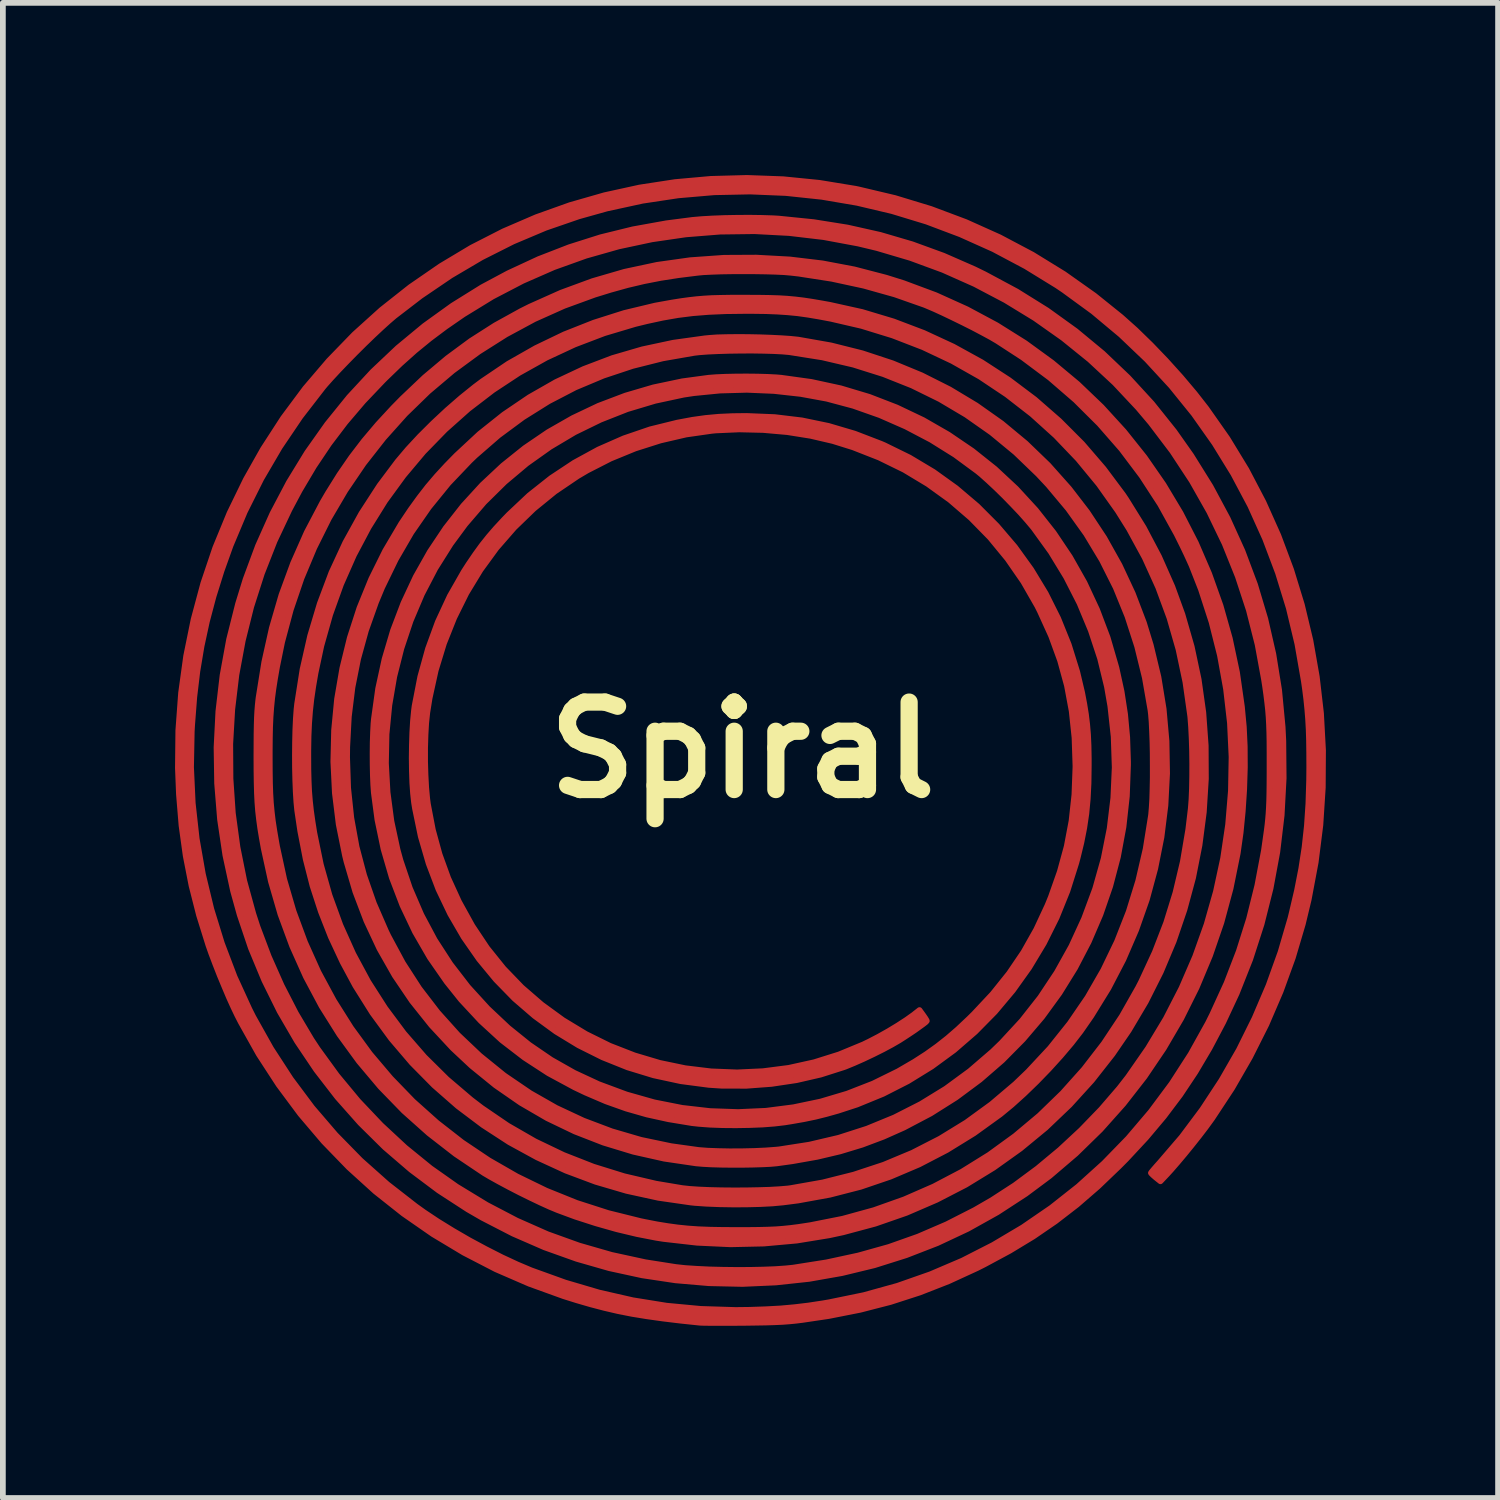
<source format=kicad_pcb>
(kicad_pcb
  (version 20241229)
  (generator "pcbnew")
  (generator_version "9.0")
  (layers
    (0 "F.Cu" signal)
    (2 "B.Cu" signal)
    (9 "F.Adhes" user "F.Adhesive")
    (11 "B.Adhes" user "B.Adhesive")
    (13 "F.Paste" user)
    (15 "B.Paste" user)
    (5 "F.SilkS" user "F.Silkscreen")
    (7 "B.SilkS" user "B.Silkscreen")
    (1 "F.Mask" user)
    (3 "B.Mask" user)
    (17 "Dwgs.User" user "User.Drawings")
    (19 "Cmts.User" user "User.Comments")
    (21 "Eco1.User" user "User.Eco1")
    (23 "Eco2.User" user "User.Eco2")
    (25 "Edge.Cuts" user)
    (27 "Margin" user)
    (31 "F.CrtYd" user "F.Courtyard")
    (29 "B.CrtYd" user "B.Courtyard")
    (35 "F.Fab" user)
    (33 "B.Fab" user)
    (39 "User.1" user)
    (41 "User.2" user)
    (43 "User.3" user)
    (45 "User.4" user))
  (footprint "Spiral"
    (layer "F.Cu")
    (at 9.888 10.018)
    (property "Reference" "Spiral" (at 0 0 0) (layer "F.SilkS") (effects (font (size 1.524 1.524) (thickness 0.3))))
    (attr through_hole)
    (fp_poly (pts (xy 10.115 0.006) (xy 10.111 0.655) (xy 10.069 1.306) (xy 9.987 1.957) (xy 9.865 2.606) (xy 9.763 3.031) (xy 9.589 3.619) (xy 9.376 4.206) (xy 9.127 4.785) (xy 8.843 5.35) (xy 8.529 5.895) (xy 8.186 6.416) (xy 8.158 6.455) (xy 8.064 6.584) (xy 7.952 6.73) (xy 7.83 6.884) (xy 7.704 7.039) (xy 7.582 7.184) (xy 7.471 7.312) (xy 7.39 7.401) (xy 7.282 7.515) (xy 7.199 7.449) (xy 7.152 7.408) (xy 7.122 7.378) (xy 7.116 7.37) (xy 7.13 7.35) (xy 7.166 7.307) (xy 7.219 7.246) (xy 7.27 7.189) (xy 7.653 6.743) (xy 8.011 6.264) (xy 8.344 5.757) (xy 8.649 5.226) (xy 8.923 4.673) (xy 9.166 4.104) (xy 9.375 3.522) (xy 9.548 2.93) (xy 9.569 2.844) (xy 9.662 2.447) (xy 9.736 2.068) (xy 9.793 1.696) (xy 9.834 1.322) (xy 9.86 0.934) (xy 9.873 0.521) (xy 9.875 0.304) (xy 9.874 0.054) (xy 9.871 -0.163) (xy 9.865 -0.357) (xy 9.855 -0.536) (xy 9.841 -0.71) (xy 9.823 -0.887) (xy 9.799 -1.077) (xy 9.78 -1.207) (xy 9.668 -1.849) (xy 9.518 -2.476) (xy 9.33 -3.087) (xy 9.106 -3.681) (xy 8.847 -4.256) (xy 8.552 -4.812) (xy 8.224 -5.345) (xy 7.863 -5.856) (xy 7.47 -6.342) (xy 7.046 -6.802) (xy 6.592 -7.235) (xy 6.108 -7.64) (xy 5.596 -8.014) (xy 5.479 -8.093) (xy 4.934 -8.428) (xy 4.373 -8.726) (xy 3.796 -8.985) (xy 3.207 -9.207) (xy 2.606 -9.39) (xy 1.997 -9.534) (xy 1.38 -9.639) (xy 0.757 -9.705) (xy 0.132 -9.731) (xy -0.495 -9.718) (xy -1.121 -9.664) (xy -1.745 -9.57) (xy -2.365 -9.435) (xy -2.854 -9.298) (xy -3.434 -9.098) (xy -3.998 -8.86) (xy -4.548 -8.583) (xy -5.084 -8.267) (xy -5.607 -7.912) (xy -6.064 -7.561) (xy -6.169 -7.471) (xy -6.296 -7.356) (xy -6.439 -7.222) (xy -6.591 -7.075) (xy -6.746 -6.921) (xy -6.898 -6.766) (xy -7.041 -6.617) (xy -7.168 -6.48) (xy -7.274 -6.361) (xy -7.309 -6.319) (xy -7.705 -5.807) (xy -8.064 -5.276) (xy -8.386 -4.725) (xy -8.672 -4.153) (xy -8.921 -3.561) (xy -9.078 -3.122) (xy -9.218 -2.674) (xy -9.333 -2.24) (xy -9.426 -1.81) (xy -9.499 -1.374) (xy -9.553 -0.921) (xy -9.59 -0.442) (xy -9.597 -0.32) (xy -9.609 0.301) (xy -9.58 0.924) (xy -9.511 1.546) (xy -9.403 2.163) (xy -9.256 2.772) (xy -9.072 3.369) (xy -8.851 3.951) (xy -8.593 4.515) (xy -8.525 4.65) (xy -8.215 5.203) (xy -7.872 5.731) (xy -7.498 6.232) (xy -7.092 6.705) (xy -6.656 7.15) (xy -6.19 7.565) (xy -5.696 7.95) (xy -5.552 8.053) (xy -5.312 8.213) (xy -5.046 8.377) (xy -4.765 8.54) (xy -4.477 8.695) (xy -4.194 8.839) (xy -3.923 8.965) (xy -3.684 9.066) (xy -3.09 9.28) (xy -2.5 9.454) (xy -1.913 9.588) (xy -1.323 9.683) (xy -0.727 9.739) (xy -0.121 9.758) (xy 0.124 9.755) (xy 0.408 9.745) (xy 0.665 9.731) (xy 0.907 9.709) (xy 1.15 9.68) (xy 1.406 9.641) (xy 1.511 9.623) (xy 2.114 9.499) (xy 2.702 9.336) (xy 3.275 9.135) (xy 3.83 8.898) (xy 4.367 8.624) (xy 4.884 8.317) (xy 5.379 7.977) (xy 5.851 7.604) (xy 6.298 7.2) (xy 6.719 6.767) (xy 7.112 6.305) (xy 7.476 5.816) (xy 7.809 5.3) (xy 8.11 4.759) (xy 8.185 4.608) (xy 8.435 4.061) (xy 8.648 3.507) (xy 8.826 2.942) (xy 8.971 2.359) (xy 9.085 1.755) (xy 9.135 1.402) (xy 9.148 1.298) (xy 9.158 1.2) (xy 9.166 1.103) (xy 9.172 1) (xy 9.177 0.884) (xy 9.18 0.75) (xy 9.182 0.59) (xy 9.183 0.398) (xy 9.183 0.273) (xy 9.183 0.05) (xy 9.182 -0.139) (xy 9.179 -0.301) (xy 9.174 -0.443) (xy 9.167 -0.573) (xy 9.157 -0.698) (xy 9.143 -0.825) (xy 9.126 -0.963) (xy 9.104 -1.119) (xy 9.087 -1.228) (xy 8.975 -1.838) (xy 8.823 -2.437) (xy 8.631 -3.023) (xy 8.401 -3.595) (xy 8.133 -4.151) (xy 7.829 -4.688) (xy 7.489 -5.205) (xy 7.114 -5.7) (xy 6.892 -5.963) (xy 6.486 -6.396) (xy 6.049 -6.802) (xy 5.584 -7.178) (xy 5.094 -7.524) (xy 4.58 -7.838) (xy 4.046 -8.119) (xy 3.494 -8.365) (xy 2.926 -8.574) (xy 2.345 -8.746) (xy 2.015 -8.825) (xy 1.414 -8.937) (xy 0.812 -9.008) (xy 0.209 -9.04) (xy -0.392 -9.032) (xy -0.989 -8.984) (xy -1.579 -8.898) (xy -2.16 -8.774) (xy -2.731 -8.612) (xy -3.289 -8.412) (xy -3.832 -8.174) (xy -4.358 -7.9) (xy -4.864 -7.59) (xy -4.883 -7.577) (xy -5.178 -7.373) (xy -5.449 -7.17) (xy -5.707 -6.959) (xy -5.962 -6.731) (xy -6.226 -6.476) (xy -6.266 -6.436) (xy -6.61 -6.074) (xy -6.92 -5.71) (xy -7.204 -5.336) (xy -7.467 -4.944) (xy -7.715 -4.526) (xy -7.895 -4.188) (xy -8.154 -3.639) (xy -8.376 -3.074) (xy -8.561 -2.496) (xy -8.708 -1.907) (xy -8.819 -1.31) (xy -8.891 -0.709) (xy -8.926 -0.105) (xy -8.922 0.499) (xy -8.881 1.1) (xy -8.8 1.695) (xy -8.682 2.281) (xy -8.524 2.856) (xy -8.451 3.08) (xy -8.256 3.598) (xy -8.032 4.103) (xy -7.783 4.587) (xy -7.513 5.042) (xy -7.405 5.206) (xy -7.067 5.671) (xy -6.698 6.116) (xy -6.3 6.536) (xy -5.879 6.927) (xy -5.438 7.286) (xy -4.98 7.609) (xy -4.975 7.612) (xy -4.459 7.926) (xy -3.935 8.2) (xy -3.399 8.437) (xy -2.849 8.635) (xy -2.282 8.798) (xy -1.693 8.926) (xy -1.165 9.009) (xy -1.001 9.027) (xy -0.805 9.04) (xy -0.585 9.051) (xy -0.351 9.057) (xy -0.11 9.06) (xy 0.129 9.059) (xy 0.358 9.054) (xy 0.569 9.046) (xy 0.754 9.033) (xy 0.882 9.02) (xy 1.465 8.928) (xy 2.02 8.808) (xy 2.552 8.659) (xy 3.063 8.478) (xy 3.559 8.264) (xy 4.044 8.017) (xy 4.345 7.843) (xy 4.744 7.584) (xy 5.141 7.29) (xy 5.529 6.967) (xy 5.9 6.622) (xy 6.248 6.262) (xy 6.565 5.894) (xy 6.719 5.696) (xy 7.065 5.198) (xy 7.376 4.682) (xy 7.65 4.148) (xy 7.887 3.6) (xy 8.087 3.039) (xy 8.249 2.468) (xy 8.374 1.888) (xy 8.461 1.302) (xy 8.51 0.712) (xy 8.521 0.12) (xy 8.493 -0.472) (xy 8.425 -1.063) (xy 8.319 -1.648) (xy 8.173 -2.228) (xy 7.988 -2.799) (xy 7.826 -3.212) (xy 7.787 -3.299) (xy 7.735 -3.412) (xy 7.674 -3.54) (xy 7.609 -3.671) (xy 7.565 -3.76) (xy 7.278 -4.279) (xy 6.957 -4.773) (xy 6.604 -5.242) (xy 6.219 -5.683) (xy 5.803 -6.097) (xy 5.357 -6.483) (xy 4.881 -6.839) (xy 4.44 -7.126) (xy 4.326 -7.193) (xy 4.182 -7.271) (xy 4.019 -7.357) (xy 3.844 -7.445) (xy 3.666 -7.532) (xy 3.495 -7.614) (xy 3.34 -7.685) (xy 3.209 -7.741) (xy 3.17 -7.757) (xy 2.655 -7.938) (xy 2.114 -8.09) (xy 1.554 -8.211) (xy 0.98 -8.3) (xy 0.84 -8.316) (xy 0.724 -8.326) (xy 0.575 -8.333) (xy 0.401 -8.338) (xy 0.212 -8.341) (xy 0.014 -8.342) (xy -0.182 -8.341) (xy -0.369 -8.338) (xy -0.539 -8.332) (xy -0.682 -8.325) (xy -0.777 -8.316) (xy -1.115 -8.274) (xy -1.424 -8.226) (xy -1.716 -8.169) (xy -2.004 -8.101) (xy -2.299 -8.019) (xy -2.578 -7.933) (xy -3.112 -7.738) (xy -3.628 -7.507) (xy -4.123 -7.24) (xy -4.597 -6.94) (xy -5.049 -6.608) (xy -5.477 -6.246) (xy -5.879 -5.855) (xy -6.254 -5.436) (xy -6.602 -4.992) (xy -6.92 -4.524) (xy -7.208 -4.034) (xy -7.463 -3.522) (xy -7.685 -2.992) (xy -7.872 -2.443) (xy -8.023 -1.879) (xy -8.111 -1.448) (xy -8.146 -1.247) (xy -8.174 -1.068) (xy -8.196 -0.903) (xy -8.212 -0.742) (xy -8.224 -0.578) (xy -8.232 -0.402) (xy -8.236 -0.205) (xy -8.238 0.022) (xy -8.238 0.126) (xy -8.237 0.366) (xy -8.234 0.573) (xy -8.228 0.755) (xy -8.218 0.921) (xy -8.203 1.08) (xy -8.184 1.239) (xy -8.158 1.408) (xy -8.126 1.595) (xy -8.111 1.679) (xy -7.986 2.254) (xy -7.823 2.811) (xy -7.624 3.349) (xy -7.39 3.869) (xy -7.122 4.366) (xy -6.822 4.842) (xy -6.492 5.294) (xy -6.131 5.72) (xy -5.743 6.121) (xy -5.327 6.493) (xy -4.886 6.837) (xy -4.421 7.149) (xy -3.932 7.43) (xy -3.422 7.678) (xy -2.891 7.892) (xy -2.341 8.069) (xy -1.774 8.21) (xy -1.69 8.227) (xy -1.489 8.266) (xy -1.305 8.296) (xy -1.13 8.32) (xy -0.954 8.338) (xy -0.77 8.351) (xy -0.568 8.359) (xy -0.339 8.363) (xy -0.126 8.364) (xy 0.094 8.364) (xy 0.279 8.362) (xy 0.438 8.358) (xy 0.579 8.352) (xy 0.709 8.342) (xy 0.836 8.329) (xy 0.969 8.312) (xy 1.115 8.29) (xy 1.186 8.279) (xy 1.746 8.168) (xy 2.291 8.018) (xy 2.82 7.83) (xy 3.332 7.606) (xy 3.825 7.347) (xy 4.298 7.053) (xy 4.748 6.726) (xy 5.175 6.368) (xy 5.576 5.979) (xy 5.95 5.561) (xy 6.295 5.114) (xy 6.61 4.64) (xy 6.893 4.141) (xy 6.95 4.03) (xy 7.184 3.524) (xy 7.382 3.011) (xy 7.544 2.487) (xy 7.672 1.947) (xy 7.767 1.386) (xy 7.811 1.018) (xy 7.823 0.861) (xy 7.831 0.673) (xy 7.835 0.462) (xy 7.836 0.24) (xy 7.833 0.015) (xy 7.826 -0.202) (xy 7.816 -0.401) (xy 7.803 -0.572) (xy 7.8 -0.598) (xy 7.717 -1.184) (xy 7.597 -1.752) (xy 7.439 -2.302) (xy 7.243 -2.834) (xy 7.009 -3.35) (xy 6.736 -3.851) (xy 6.538 -4.167) (xy 6.207 -4.633) (xy 5.847 -5.07) (xy 5.459 -5.476) (xy 5.044 -5.851) (xy 4.604 -6.193) (xy 4.14 -6.503) (xy 3.654 -6.778) (xy 3.146 -7.018) (xy 2.619 -7.222) (xy 2.074 -7.39) (xy 1.543 -7.513) (xy 1.33 -7.553) (xy 1.139 -7.585) (xy 0.961 -7.61) (xy 0.786 -7.627) (xy 0.605 -7.639) (xy 0.406 -7.647) (xy 0.181 -7.65) (xy 0.031 -7.65) (xy -0.295 -7.646) (xy -0.591 -7.633) (xy -0.866 -7.611) (xy -1.129 -7.578) (xy -1.392 -7.532) (xy -1.665 -7.473) (xy -1.873 -7.422) (xy -2.409 -7.262) (xy -2.926 -7.065) (xy -3.422 -6.834) (xy -3.898 -6.568) (xy -4.35 -6.27) (xy -4.779 -5.941) (xy -5.182 -5.582) (xy -5.559 -5.195) (xy -5.907 -4.781) (xy -6.227 -4.342) (xy -6.515 -3.879) (xy -6.772 -3.394) (xy -6.996 -2.887) (xy -7.185 -2.361) (xy -7.339 -1.816) (xy -7.44 -1.343) (xy -7.481 -1.104) (xy -7.513 -0.885) (xy -7.536 -0.676) (xy -7.552 -0.465) (xy -7.562 -0.24) (xy -7.566 0.011) (xy -7.566 0.105) (xy -7.565 0.337) (xy -7.56 0.537) (xy -7.552 0.718) (xy -7.538 0.889) (xy -7.519 1.061) (xy -7.493 1.245) (xy -7.461 1.445) (xy -7.348 1.995) (xy -7.197 2.531) (xy -7.008 3.051) (xy -6.783 3.553) (xy -6.523 4.036) (xy -6.228 4.497) (xy -5.901 4.936) (xy -5.542 5.349) (xy -5.152 5.735) (xy -4.732 6.093) (xy -4.545 6.236) (xy -4.092 6.545) (xy -3.616 6.819) (xy -3.119 7.057) (xy -2.601 7.26) (xy -2.064 7.427) (xy -1.509 7.557) (xy -1.05 7.634) (xy -0.922 7.648) (xy -0.76 7.659) (xy -0.573 7.667) (xy -0.368 7.672) (xy -0.153 7.674) (xy 0.064 7.673) (xy 0.274 7.669) (xy 0.47 7.663) (xy 0.644 7.653) (xy 0.788 7.641) (xy 0.84 7.634) (xy 1.4 7.535) (xy 1.94 7.399) (xy 2.461 7.227) (xy 2.961 7.018) (xy 3.441 6.772) (xy 3.9 6.49) (xy 4.337 6.172) (xy 4.753 5.819) (xy 4.976 5.605) (xy 5.357 5.196) (xy 5.702 4.764) (xy 6.013 4.31) (xy 6.287 3.834) (xy 6.526 3.337) (xy 6.729 2.819) (xy 6.895 2.282) (xy 7.024 1.726) (xy 7.116 1.152) (xy 7.12 1.123) (xy 7.13 1.004) (xy 7.139 0.851) (xy 7.144 0.674) (xy 7.148 0.478) (xy 7.148 0.273) (xy 7.147 0.066) (xy 7.143 -0.135) (xy 7.136 -0.322) (xy 7.128 -0.489) (xy 7.117 -0.625) (xy 7.109 -0.693) (xy 7.01 -1.261) (xy 6.876 -1.806) (xy 6.707 -2.329) (xy 6.503 -2.83) (xy 6.263 -3.308) (xy 5.987 -3.766) (xy 5.675 -4.202) (xy 5.327 -4.618) (xy 5.153 -4.804) (xy 4.757 -5.185) (xy 4.338 -5.531) (xy 3.898 -5.84) (xy 3.438 -6.113) (xy 2.956 -6.35) (xy 2.454 -6.55) (xy 1.933 -6.714) (xy 1.391 -6.841) (xy 0.83 -6.93) (xy 0.819 -6.932) (xy 0.696 -6.943) (xy 0.541 -6.951) (xy 0.361 -6.956) (xy 0.165 -6.959) (xy -0.038 -6.958) (xy -0.24 -6.955) (xy -0.432 -6.949) (xy -0.606 -6.941) (xy -0.753 -6.93) (xy -0.84 -6.92) (xy -1.39 -6.824) (xy -1.919 -6.691) (xy -2.427 -6.522) (xy -2.915 -6.317) (xy -3.381 -6.075) (xy -3.827 -5.796) (xy -4.253 -5.481) (xy -4.657 -5.13) (xy -4.751 -5.04) (xy -5.125 -4.647) (xy -5.465 -4.229) (xy -5.771 -3.788) (xy -6.042 -3.321) (xy -6.28 -2.831) (xy -6.388 -2.571) (xy -6.562 -2.081) (xy -6.698 -1.589) (xy -6.797 -1.091) (xy -6.86 -0.58) (xy -6.888 -0.052) (xy -6.89 0.126) (xy -6.872 0.663) (xy -6.817 1.183) (xy -6.725 1.688) (xy -6.594 2.183) (xy -6.424 2.671) (xy -6.213 3.156) (xy -6.171 3.243) (xy -5.919 3.711) (xy -5.633 4.154) (xy -5.313 4.571) (xy -4.961 4.963) (xy -4.577 5.327) (xy -4.162 5.663) (xy -4.133 5.684) (xy -3.701 5.978) (xy -3.248 6.236) (xy -2.773 6.458) (xy -2.28 6.644) (xy -1.771 6.793) (xy -1.246 6.903) (xy -0.766 6.97) (xy -0.611 6.982) (xy -0.425 6.989) (xy -0.219 6.993) (xy -0.005 6.992) (xy 0.207 6.987) (xy 0.405 6.978) (xy 0.578 6.965) (xy 0.64 6.959) (xy 1.166 6.877) (xy 1.677 6.757) (xy 2.171 6.598) (xy 2.648 6.402) (xy 3.106 6.169) (xy 3.544 5.9) (xy 3.961 5.594) (xy 4.356 5.254) (xy 4.514 5.101) (xy 4.866 4.72) (xy 5.187 4.312) (xy 5.476 3.877) (xy 5.731 3.419) (xy 5.952 2.938) (xy 6.138 2.437) (xy 6.148 2.407) (xy 6.293 1.892) (xy 6.397 1.368) (xy 6.461 0.837) (xy 6.485 0.303) (xy 6.467 -0.232) (xy 6.409 -0.764) (xy 6.35 -1.103) (xy 6.23 -1.596) (xy 6.07 -2.081) (xy 5.873 -2.555) (xy 5.639 -3.014) (xy 5.372 -3.452) (xy 5.073 -3.866) (xy 5.056 -3.887) (xy 4.961 -4) (xy 4.843 -4.133) (xy 4.708 -4.275) (xy 4.565 -4.422) (xy 4.421 -4.563) (xy 4.283 -4.692) (xy 4.16 -4.802) (xy 4.093 -4.857) (xy 3.703 -5.144) (xy 3.285 -5.405) (xy 2.847 -5.635) (xy 2.394 -5.834) (xy 1.932 -5.997) (xy 1.469 -6.121) (xy 1.016 -6.204) (xy 0.548 -6.256) (xy 0.076 -6.276) (xy -0.393 -6.263) (xy -0.848 -6.218) (xy -1.027 -6.191) (xy -1.525 -6.084) (xy -2.009 -5.939) (xy -2.476 -5.755) (xy -2.925 -5.536) (xy -3.354 -5.281) (xy -3.761 -4.992) (xy -4.144 -4.67) (xy -4.502 -4.317) (xy -4.832 -3.933) (xy -5.085 -3.59) (xy -5.354 -3.162) (xy -5.587 -2.715) (xy -5.784 -2.25) (xy -5.944 -1.771) (xy -6.068 -1.28) (xy -6.154 -0.781) (xy -6.203 -0.276) (xy -6.213 0.231) (xy -6.185 0.737) (xy -6.118 1.241) (xy -6.011 1.738) (xy -5.959 1.927) (xy -5.797 2.407) (xy -5.598 2.869) (xy -5.363 3.31) (xy -5.091 3.73) (xy -4.784 4.128) (xy -4.442 4.503) (xy -4.44 4.505) (xy -4.083 4.841) (xy -3.716 5.137) (xy -3.334 5.398) (xy -2.933 5.625) (xy -2.507 5.823) (xy -2.052 5.992) (xy -2.018 6.004) (xy -1.538 6.14) (xy -1.053 6.236) (xy -0.565 6.292) (xy -0.077 6.309) (xy 0.409 6.287) (xy 0.889 6.225) (xy 1.362 6.126) (xy 1.825 5.988) (xy 2.276 5.812) (xy 2.711 5.598) (xy 2.996 5.432) (xy 3.205 5.297) (xy 3.394 5.162) (xy 3.574 5.02) (xy 3.755 4.863) (xy 3.946 4.683) (xy 4.032 4.598) (xy 4.357 4.251) (xy 4.644 3.893) (xy 4.897 3.52) (xy 5.119 3.126) (xy 5.315 2.705) (xy 5.374 2.56) (xy 5.529 2.12) (xy 5.649 1.681) (xy 5.733 1.237) (xy 5.783 0.779) (xy 5.801 0.301) (xy 5.801 0.273) (xy 5.785 -0.213) (xy 5.736 -0.676) (xy 5.653 -1.122) (xy 5.534 -1.557) (xy 5.378 -1.986) (xy 5.184 -2.413) (xy 5.136 -2.509) (xy 4.893 -2.933) (xy 4.618 -3.33) (xy 4.313 -3.701) (xy 3.979 -4.042) (xy 3.617 -4.354) (xy 3.229 -4.634) (xy 2.817 -4.882) (xy 2.382 -5.095) (xy 1.926 -5.274) (xy 1.574 -5.384) (xy 1.188 -5.474) (xy 0.78 -5.539) (xy 0.361 -5.576) (xy -0.058 -5.586) (xy -0.466 -5.568) (xy -0.537 -5.561) (xy -0.984 -5.497) (xy -1.432 -5.393) (xy -1.872 -5.253) (xy -2.299 -5.078) (xy -2.706 -4.87) (xy -2.874 -4.771) (xy -3.271 -4.502) (xy -3.639 -4.202) (xy -3.978 -3.874) (xy -4.288 -3.518) (xy -4.566 -3.137) (xy -4.812 -2.732) (xy -5.024 -2.304) (xy -5.203 -1.855) (xy -5.346 -1.387) (xy -5.453 -0.901) (xy -5.493 -0.651) (xy -5.512 -0.472) (xy -5.524 -0.263) (xy -5.531 -0.035) (xy -5.531 0.202) (xy -5.524 0.435) (xy -5.512 0.656) (xy -5.494 0.851) (xy -5.482 0.942) (xy -5.396 1.391) (xy -5.279 1.818) (xy -5.129 2.232) (xy -4.941 2.643) (xy -4.94 2.645) (xy -4.709 3.063) (xy -4.451 3.45) (xy -4.164 3.807) (xy -3.848 4.135) (xy -3.5 4.436) (xy -3.128 4.707) (xy -2.728 4.949) (xy -2.313 5.154) (xy -1.884 5.321) (xy -1.445 5.452) (xy -0.999 5.545) (xy -0.548 5.6) (xy -0.095 5.618) (xy 0.357 5.597) (xy 0.806 5.539) (xy 1.249 5.441) (xy 1.682 5.305) (xy 2.103 5.131) (xy 2.21 5.079) (xy 2.373 4.994) (xy 2.542 4.899) (xy 2.707 4.799) (xy 2.856 4.702) (xy 2.981 4.613) (xy 3.006 4.593) (xy 3.084 4.532) (xy 3.148 4.62) (xy 3.184 4.672) (xy 3.207 4.71) (xy 3.211 4.721) (xy 3.195 4.74) (xy 3.149 4.776) (xy 3.08 4.826) (xy 2.996 4.886) (xy 2.902 4.949) (xy 2.804 5.013) (xy 2.729 5.061) (xy 2.603 5.134) (xy 2.45 5.216) (xy 2.28 5.301) (xy 2.107 5.383) (xy 1.94 5.457) (xy 1.794 5.517) (xy 1.763 5.528) (xy 1.362 5.656) (xy 0.941 5.753) (xy 0.506 5.818) (xy 0.069 5.851) (xy -0.363 5.85) (xy -0.588 5.835) (xy -1.075 5.771) (xy -1.548 5.669) (xy -2.003 5.53) (xy -2.439 5.355) (xy -2.856 5.147) (xy -3.252 4.906) (xy -3.624 4.634) (xy -3.973 4.333) (xy -4.295 4.003) (xy -4.59 3.646) (xy -4.857 3.263) (xy -5.093 2.857) (xy -5.298 2.428) (xy -5.469 1.978) (xy -5.606 1.507) (xy -5.707 1.019) (xy -5.724 0.913) (xy -5.741 0.758) (xy -5.754 0.572) (xy -5.761 0.362) (xy -5.764 0.141) (xy -5.761 -0.085) (xy -5.754 -0.303) (xy -5.742 -0.506) (xy -5.725 -0.682) (xy -5.714 -0.766) (xy -5.615 -1.276) (xy -5.48 -1.764) (xy -5.309 -2.232) (xy -5.101 -2.68) (xy -4.857 -3.108) (xy -4.774 -3.237) (xy -4.652 -3.416) (xy -4.538 -3.573) (xy -4.423 -3.717) (xy -4.299 -3.861) (xy -4.156 -4.015) (xy -4.073 -4.101) (xy -3.716 -4.437) (xy -3.336 -4.738) (xy -2.933 -5.005) (xy -2.51 -5.236) (xy -2.068 -5.43) (xy -1.609 -5.587) (xy -1.135 -5.704) (xy -1.118 -5.707) (xy -0.871 -5.753) (xy -0.642 -5.785) (xy -0.415 -5.806) (xy -0.175 -5.817) (xy 0.073 -5.82) (xy 0.561 -5.8) (xy 1.034 -5.743) (xy 1.497 -5.647) (xy 1.954 -5.512) (xy 2.412 -5.336) (xy 2.468 -5.312) (xy 2.909 -5.096) (xy 3.327 -4.846) (xy 3.721 -4.563) (xy 4.09 -4.25) (xy 4.432 -3.907) (xy 4.746 -3.539) (xy 5.03 -3.145) (xy 5.282 -2.729) (xy 5.5 -2.293) (xy 5.684 -1.837) (xy 5.831 -1.365) (xy 5.918 -0.997) (xy 5.955 -0.801) (xy 5.984 -0.621) (xy 6.005 -0.448) (xy 6.02 -0.271) (xy 6.029 -0.078) (xy 6.033 0.139) (xy 6.033 0.273) (xy 6.029 0.578) (xy 6.015 0.853) (xy 5.991 1.109) (xy 5.954 1.359) (xy 5.904 1.613) (xy 5.838 1.884) (xy 5.814 1.973) (xy 5.661 2.457) (xy 5.473 2.922) (xy 5.251 3.367) (xy 4.996 3.791) (xy 4.711 4.19) (xy 4.397 4.564) (xy 4.055 4.911) (xy 3.688 5.229) (xy 3.296 5.516) (xy 2.882 5.771) (xy 2.448 5.992) (xy 1.994 6.178) (xy 1.663 6.286) (xy 1.46 6.343) (xy 1.268 6.391) (xy 1.07 6.432) (xy 0.853 6.47) (xy 0.735 6.489) (xy 0.558 6.51) (xy 0.351 6.526) (xy 0.124 6.535) (xy -0.112 6.539) (xy -0.345 6.537) (xy -0.567 6.529) (xy -0.765 6.514) (xy -0.882 6.501) (xy -1.288 6.434) (xy -1.666 6.351) (xy -2.026 6.248) (xy -2.38 6.122) (xy -2.737 5.969) (xy -2.928 5.878) (xy -3.38 5.634) (xy -3.801 5.36) (xy -4.195 5.057) (xy -4.561 4.721) (xy -4.903 4.353) (xy -5.155 4.038) (xy -5.449 3.615) (xy -5.706 3.17) (xy -5.926 2.706) (xy -6.11 2.225) (xy -6.255 1.727) (xy -6.362 1.214) (xy -6.424 0.745) (xy -6.434 0.608) (xy -6.441 0.441) (xy -6.445 0.254) (xy -6.446 0.06) (xy -6.444 -0.132) (xy -6.438 -0.31) (xy -6.43 -0.463) (xy -6.423 -0.537) (xy -6.349 -1.069) (xy -6.237 -1.584) (xy -6.09 -2.081) (xy -5.908 -2.56) (xy -5.694 -3.018) (xy -5.448 -3.454) (xy -5.172 -3.867) (xy -4.867 -4.256) (xy -4.535 -4.619) (xy -4.176 -4.955) (xy -3.793 -5.262) (xy -3.386 -5.539) (xy -2.957 -5.784) (xy -2.508 -5.997) (xy -2.039 -6.175) (xy -1.552 -6.318) (xy -1.049 -6.424) (xy -0.588 -6.486) (xy -0.458 -6.496) (xy -0.296 -6.503) (xy -0.115 -6.507) (xy 0.075 -6.508) (xy 0.263 -6.506) (xy 0.439 -6.501) (xy 0.591 -6.493) (xy 0.672 -6.486) (xy 1.198 -6.413) (xy 1.71 -6.302) (xy 2.207 -6.153) (xy 2.686 -5.968) (xy 3.146 -5.749) (xy 3.586 -5.496) (xy 4.004 -5.212) (xy 4.398 -4.898) (xy 4.767 -4.554) (xy 5.109 -4.182) (xy 5.422 -3.785) (xy 5.706 -3.362) (xy 5.958 -2.916) (xy 6.177 -2.447) (xy 6.362 -1.958) (xy 6.51 -1.449) (xy 6.517 -1.422) (xy 6.605 -1.018) (xy 6.666 -0.622) (xy 6.703 -0.222) (xy 6.717 0.199) (xy 6.717 0.262) (xy 6.697 0.807) (xy 6.638 1.341) (xy 6.541 1.864) (xy 6.407 2.372) (xy 6.237 2.865) (xy 6.032 3.342) (xy 5.794 3.799) (xy 5.523 4.236) (xy 5.221 4.651) (xy 4.888 5.042) (xy 4.527 5.407) (xy 4.137 5.745) (xy 3.721 6.054) (xy 3.279 6.333) (xy 2.812 6.579) (xy 2.453 6.739) (xy 2.083 6.878) (xy 1.701 6.994) (xy 1.3 7.089) (xy 0.871 7.165) (xy 0.598 7.203) (xy 0.488 7.213) (xy 0.344 7.22) (xy 0.177 7.225) (xy -0.004 7.228) (xy -0.191 7.228) (xy -0.374 7.226) (xy -0.544 7.221) (xy -0.692 7.213) (xy -0.808 7.203) (xy -1.364 7.121) (xy -1.902 7) (xy -2.421 6.842) (xy -2.922 6.647) (xy -3.403 6.416) (xy -3.864 6.148) (xy -4.303 5.844) (xy -4.721 5.504) (xy -5.05 5.196) (xy -5.422 4.796) (xy -5.759 4.374) (xy -6.06 3.93) (xy -6.325 3.464) (xy -6.553 2.978) (xy -6.746 2.47) (xy -6.901 1.943) (xy -6.927 1.837) (xy -7.036 1.296) (xy -7.103 0.751) (xy -7.13 0.203) (xy -7.117 -0.343) (xy -7.065 -0.887) (xy -6.973 -1.424) (xy -6.843 -1.954) (xy -6.675 -2.474) (xy -6.469 -2.98) (xy -6.226 -3.471) (xy -5.946 -3.945) (xy -5.783 -4.188) (xy -5.631 -4.398) (xy -5.483 -4.589) (xy -5.328 -4.771) (xy -5.158 -4.956) (xy -4.986 -5.132) (xy -4.583 -5.507) (xy -4.159 -5.845) (xy -3.715 -6.146) (xy -3.251 -6.411) (xy -2.768 -6.638) (xy -2.266 -6.829) (xy -1.745 -6.981) (xy -1.207 -7.096) (xy -0.652 -7.173) (xy -0.567 -7.181) (xy -0.438 -7.19) (xy -0.279 -7.194) (xy -0.097 -7.196) (xy 0.099 -7.195) (xy 0.299 -7.191) (xy 0.494 -7.184) (xy 0.676 -7.175) (xy 0.835 -7.164) (xy 0.962 -7.151) (xy 0.976 -7.149) (xy 1.538 -7.05) (xy 2.084 -6.913) (xy 2.611 -6.739) (xy 3.119 -6.529) (xy 3.606 -6.284) (xy 4.072 -6.004) (xy 4.515 -5.691) (xy 4.933 -5.344) (xy 5.326 -4.965) (xy 5.692 -4.554) (xy 6.006 -4.146) (xy 6.303 -3.696) (xy 6.569 -3.221) (xy 6.8 -2.726) (xy 6.994 -2.217) (xy 7.114 -1.825) (xy 7.247 -1.272) (xy 7.338 -0.714) (xy 7.388 -0.154) (xy 7.398 0.407) (xy 7.369 0.965) (xy 7.3 1.519) (xy 7.191 2.067) (xy 7.045 2.606) (xy 6.859 3.135) (xy 6.636 3.651) (xy 6.376 4.151) (xy 6.078 4.634) (xy 5.892 4.902) (xy 5.731 5.11) (xy 5.544 5.331) (xy 5.338 5.558) (xy 5.122 5.781) (xy 4.904 5.992) (xy 4.691 6.184) (xy 4.492 6.348) (xy 4.492 6.348) (xy 4.033 6.679) (xy 3.561 6.97) (xy 3.076 7.222) (xy 2.575 7.435) (xy 2.058 7.611) (xy 1.523 7.749) (xy 0.968 7.85) (xy 0.703 7.884) (xy 0.521 7.901) (xy 0.308 7.912) (xy 0.075 7.918) (xy -0.166 7.919) (xy -0.405 7.915) (xy -0.631 7.906) (xy -0.832 7.892) (xy -0.899 7.885) (xy -1.466 7.803) (xy -2.02 7.682) (xy -2.558 7.524) (xy -3.079 7.329) (xy -3.581 7.098) (xy -4.064 6.834) (xy -4.524 6.535) (xy -4.962 6.205) (xy -5.375 5.843) (xy -5.761 5.452) (xy -6.12 5.031) (xy -6.449 4.582) (xy -6.748 4.106) (xy -6.968 3.697) (xy -7.173 3.258) (xy -7.346 2.818) (xy -7.492 2.369) (xy -7.611 1.903) (xy -7.706 1.413) (xy -7.76 1.049) (xy -7.774 0.906) (xy -7.785 0.73) (xy -7.793 0.53) (xy -7.798 0.313) (xy -7.799 0.089) (xy -7.797 -0.134) (xy -7.792 -0.347) (xy -7.783 -0.542) (xy -7.771 -0.71) (xy -7.761 -0.801) (xy -7.666 -1.405) (xy -7.534 -1.988) (xy -7.366 -2.55) (xy -7.162 -3.093) (xy -6.92 -3.616) (xy -6.641 -4.121) (xy -6.325 -4.608) (xy -6.01 -5.028) (xy -5.83 -5.241) (xy -5.621 -5.466) (xy -5.391 -5.695) (xy -5.149 -5.921) (xy -4.903 -6.135) (xy -4.661 -6.33) (xy -4.534 -6.425) (xy -4.082 -6.73) (xy -3.604 -7.002) (xy -3.105 -7.242) (xy -2.589 -7.446) (xy -2.06 -7.614) (xy -1.522 -7.743) (xy -1.228 -7.796) (xy -1.071 -7.821) (xy -0.931 -7.84) (xy -0.8 -7.855) (xy -0.67 -7.866) (xy -0.533 -7.874) (xy -0.381 -7.878) (xy -0.205 -7.881) (xy 0.003 -7.881) (xy 0.063 -7.881) (xy 0.284 -7.88) (xy 0.471 -7.877) (xy 0.634 -7.872) (xy 0.781 -7.863) (xy 0.921 -7.85) (xy 1.063 -7.833) (xy 1.214 -7.81) (xy 1.384 -7.781) (xy 1.522 -7.756) (xy 2.081 -7.632) (xy 2.627 -7.468) (xy 3.157 -7.267) (xy 3.671 -7.029) (xy 4.167 -6.756) (xy 4.641 -6.448) (xy 5.093 -6.108) (xy 5.519 -5.736) (xy 5.92 -5.334) (xy 6.291 -4.903) (xy 6.633 -4.445) (xy 6.686 -4.366) (xy 6.989 -3.878) (xy 7.257 -3.37) (xy 7.489 -2.846) (xy 7.665 -2.362) (xy 7.827 -1.799) (xy 7.948 -1.229) (xy 8.029 -0.654) (xy 8.071 -0.075) (xy 8.074 0.504) (xy 8.038 1.083) (xy 7.963 1.657) (xy 7.851 2.225) (xy 7.7 2.784) (xy 7.513 3.332) (xy 7.288 3.867) (xy 7.027 4.386) (xy 6.73 4.887) (xy 6.447 5.3) (xy 6.087 5.758) (xy 5.699 6.185) (xy 5.283 6.582) (xy 4.841 6.946) (xy 4.376 7.278) (xy 3.889 7.576) (xy 3.381 7.838) (xy 2.855 8.065) (xy 2.311 8.254) (xy 1.752 8.404) (xy 1.511 8.456) (xy 0.947 8.548) (xy 0.372 8.6) (xy -0.209 8.613) (xy -0.792 8.586) (xy -1.373 8.52) (xy -1.501 8.5) (xy -1.836 8.435) (xy -2.192 8.35) (xy -2.555 8.247) (xy -2.914 8.131) (xy -3.222 8.017) (xy -3.357 7.961) (xy -3.518 7.888) (xy -3.696 7.803) (xy -3.883 7.711) (xy -4.067 7.616) (xy -4.241 7.523) (xy -4.394 7.438) (xy -4.506 7.372) (xy -5 7.04) (xy -5.466 6.678) (xy -5.903 6.288) (xy -6.309 5.87) (xy -6.683 5.426) (xy -7.025 4.957) (xy -7.334 4.465) (xy -7.608 3.951) (xy -7.847 3.417) (xy -8.051 2.863) (xy -8.217 2.291) (xy -8.343 1.714) (xy -8.376 1.53) (xy -8.403 1.366) (xy -8.424 1.213) (xy -8.441 1.065) (xy -8.453 0.913) (xy -8.461 0.75) (xy -8.466 0.569) (xy -8.469 0.36) (xy -8.47 0.118) (xy -8.47 0.115) (xy -8.469 -0.103) (xy -8.468 -0.285) (xy -8.465 -0.438) (xy -8.461 -0.567) (xy -8.455 -0.678) (xy -8.447 -0.779) (xy -8.437 -0.874) (xy -8.432 -0.913) (xy -8.333 -1.532) (xy -8.201 -2.126) (xy -8.034 -2.7) (xy -7.831 -3.254) (xy -7.593 -3.792) (xy -7.318 -4.315) (xy -7.226 -4.473) (xy -7.023 -4.798) (xy -6.815 -5.1) (xy -6.594 -5.389) (xy -6.354 -5.673) (xy -6.087 -5.962) (xy -5.931 -6.121) (xy -5.539 -6.493) (xy -5.142 -6.827) (xy -4.734 -7.128) (xy -4.308 -7.4) (xy -3.859 -7.648) (xy -3.705 -7.725) (xy -3.161 -7.968) (xy -2.612 -8.17) (xy -2.055 -8.332) (xy -1.488 -8.453) (xy -0.912 -8.534) (xy -0.322 -8.576) (xy 0.241 -8.579) (xy 0.824 -8.547) (xy 1.391 -8.479) (xy 1.946 -8.374) (xy 2.499 -8.23) (xy 2.802 -8.135) (xy 3.366 -7.925) (xy 3.908 -7.68) (xy 4.427 -7.402) (xy 4.923 -7.091) (xy 5.393 -6.749) (xy 5.838 -6.378) (xy 6.256 -5.978) (xy 6.645 -5.552) (xy 7.005 -5.101) (xy 7.335 -4.625) (xy 7.633 -4.128) (xy 7.899 -3.609) (xy 8.131 -3.071) (xy 8.329 -2.515) (xy 8.491 -1.942) (xy 8.616 -1.353) (xy 8.702 -0.751) (xy 8.735 -0.401) (xy 8.751 -0.061) (xy 8.753 0.306) (xy 8.741 0.687) (xy 8.716 1.069) (xy 8.679 1.441) (xy 8.63 1.788) (xy 8.627 1.806) (xy 8.504 2.413) (xy 8.344 3.005) (xy 8.146 3.581) (xy 7.912 4.14) (xy 7.643 4.68) (xy 7.34 5.198) (xy 7.004 5.695) (xy 6.636 6.167) (xy 6.237 6.614) (xy 5.808 7.033) (xy 5.351 7.423) (xy 4.935 7.733) (xy 4.439 8.056) (xy 3.925 8.343) (xy 3.395 8.592) (xy 2.851 8.803) (xy 2.296 8.978) (xy 1.731 9.115) (xy 1.159 9.216) (xy 0.581 9.278) (xy -0.001 9.304) (xy -0.584 9.291) (xy -1.167 9.241) (xy -1.747 9.154) (xy -2.322 9.029) (xy -2.89 8.866) (xy -3.45 8.666) (xy -3.999 8.427) (xy -4.535 8.151) (xy -4.786 8.006) (xy -5.294 7.676) (xy -5.777 7.314) (xy -6.233 6.922) (xy -6.66 6.5) (xy -7.059 6.05) (xy -7.426 5.575) (xy -7.762 5.076) (xy -8.065 4.555) (xy -8.333 4.013) (xy -8.566 3.452) (xy -8.761 2.873) (xy -8.877 2.455) (xy -9.011 1.835) (xy -9.104 1.21) (xy -9.155 0.583) (xy -9.165 -0.046) (xy -9.133 -0.674) (xy -9.06 -1.301) (xy -8.946 -1.926) (xy -8.79 -2.546) (xy -8.659 -2.972) (xy -8.443 -3.555) (xy -8.191 -4.119) (xy -7.905 -4.662) (xy -7.587 -5.182) (xy -7.236 -5.678) (xy -6.855 -6.149) (xy -6.445 -6.592) (xy -6.007 -7.006) (xy -5.542 -7.391) (xy -5.053 -7.743) (xy -4.539 -8.063) (xy -4.083 -8.307) (xy -3.553 -8.553) (xy -3.017 -8.761) (xy -2.471 -8.934) (xy -1.91 -9.072) (xy -1.328 -9.177) (xy -0.871 -9.236) (xy -0.711 -9.25) (xy -0.52 -9.261) (xy -0.309 -9.269) (xy -0.088 -9.273) (xy 0.133 -9.274) (xy 0.341 -9.271) (xy 0.527 -9.265) (xy 0.63 -9.259) (xy 1.241 -9.197) (xy 1.829 -9.103) (xy 2.399 -8.975) (xy 2.954 -8.812) (xy 3.5 -8.613) (xy 4.041 -8.376) (xy 4.219 -8.289) (xy 4.778 -7.989) (xy 5.306 -7.66) (xy 5.806 -7.3) (xy 6.277 -6.91) (xy 6.719 -6.489) (xy 7.134 -6.037) (xy 7.521 -5.553) (xy 7.818 -5.132) (xy 8.155 -4.591) (xy 8.453 -4.035) (xy 8.711 -3.466) (xy 8.93 -2.882) (xy 9.109 -2.284) (xy 9.249 -1.671) (xy 9.35 -1.044) (xy 9.411 -0.402) (xy 9.423 -0.16) (xy 9.429 0.492) (xy 9.394 1.139) (xy 9.318 1.779) (xy 9.201 2.411) (xy 9.044 3.034) (xy 8.847 3.645) (xy 8.61 4.243) (xy 8.376 4.744) (xy 8.138 5.195) (xy 7.89 5.614) (xy 7.627 6.009) (xy 7.342 6.387) (xy 7.03 6.758) (xy 6.686 7.128) (xy 6.561 7.254) (xy 6.194 7.606) (xy 5.828 7.923) (xy 5.455 8.211) (xy 5.067 8.477) (xy 4.656 8.726) (xy 4.214 8.964) (xy 4.085 9.029) (xy 3.589 9.257) (xy 3.088 9.453) (xy 2.578 9.618) (xy 2.051 9.754) (xy 1.5 9.863) (xy 1.042 9.931) (xy 0.929 9.945) (xy 0.816 9.956) (xy 0.697 9.965) (xy 0.564 9.971) (xy 0.411 9.976) (xy 0.23 9.979) (xy 0.021 9.982) (xy -0.148 9.983) (xy -0.307 9.983) (xy -0.451 9.983) (xy -0.572 9.983) (xy -0.667 9.982) (xy -0.728 9.98) (xy -0.745 9.979) (xy -1.086 9.943) (xy -1.391 9.906) (xy -1.669 9.867) (xy -1.926 9.825) (xy -2.169 9.777) (xy -2.405 9.722) (xy -2.642 9.66) (xy -2.887 9.589) (xy -3.117 9.517) (xy -3.717 9.3) (xy -4.298 9.048) (xy -4.857 8.759) (xy -5.395 8.436) (xy -5.908 8.08) (xy -6.398 7.692) (xy -6.861 7.272) (xy -7.297 6.822) (xy -7.704 6.343) (xy -8.081 5.836) (xy -8.428 5.303) (xy -8.742 4.743) (xy -8.803 4.624) (xy -8.87 4.484) (xy -8.947 4.314) (xy -9.027 4.125) (xy -9.109 3.928) (xy -9.186 3.731) (xy -9.256 3.546) (xy -9.307 3.401) (xy -9.47 2.878) (xy -9.601 2.362) (xy -9.702 1.845) (xy -9.775 1.317) (xy -9.82 0.771) (xy -9.838 0.315) (xy -9.831 -0.341) (xy -9.783 -0.993) (xy -9.694 -1.639) (xy -9.564 -2.277) (xy -9.395 -2.906) (xy -9.187 -3.523) (xy -8.939 -4.126) (xy -8.654 -4.713) (xy -8.355 -5.243) (xy -8.004 -5.785) (xy -7.621 -6.3) (xy -7.207 -6.785) (xy -6.764 -7.242) (xy -6.291 -7.669) (xy -5.789 -8.066) (xy -5.258 -8.432) (xy -4.722 -8.753) (xy -4.166 -9.037) (xy -3.593 -9.284) (xy -3.005 -9.494) (xy -2.405 -9.666) (xy -1.794 -9.8) (xy -1.176 -9.895) (xy -0.551 -9.951) (xy 0.078 -9.968) (xy 0.708 -9.945) (xy 1.338 -9.882) (xy 1.966 -9.779) (xy 2.015 -9.769) (xy 2.656 -9.617) (xy 3.281 -9.427) (xy 3.889 -9.199) (xy 4.479 -8.934) (xy 5.05 -8.632) (xy 5.601 -8.293) (xy 6.131 -7.918) (xy 6.596 -7.544) (xy 6.85 -7.317) (xy 7.113 -7.061) (xy 7.378 -6.785) (xy 7.636 -6.499) (xy 7.879 -6.211) (xy 8.082 -5.951) (xy 8.449 -5.428) (xy 8.781 -4.883) (xy 9.076 -4.319) (xy 9.336 -3.738) (xy 9.559 -3.141) (xy 9.746 -2.531) (xy 9.895 -1.909) (xy 10.006 -1.278) (xy 10.08 -0.639) (xy 10.115 0.006)) (stroke (width 0.1) (type solid)) (fill yes) (layer "F.Cu")))
  (gr_rect
    (start -3 -3)
    (end 23.053 23.052)
    (stroke (width 0.1) (type default))
    (fill no)
    (layer "Edge.Cuts")))
</source>
